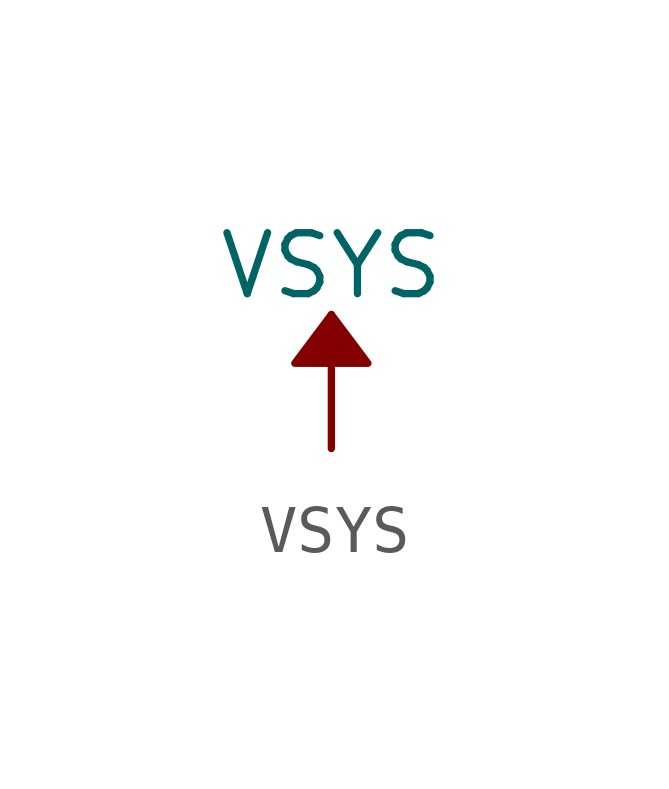
<source format=kicad_sym>
(kicad_symbol_lib
  (version 20231120)
  (generator "kicad_symbol_editor")
  (generator_version "8.0")
  (symbol "VSYS"
    (power)
    (property "Reference" "#PWR"
      (at 0 4.064 0)
      (effects (font (size 1.27 1.27)) (hide yes)))
    (property "Value" "VSYS"
      (at 0 3.81 0)
      (effects (font (size 1.27 1.27))))
    (symbol "VSYS_0_1"
      (polyline (pts (xy 0 2.794) (xy 0 0)) (stroke (width 0) (type default)) (fill (type none))))
    (symbol "VSYS_1_1"
      (polyline (pts (xy 0 2.794) (xy -0.762 1.778) (xy 0.762 1.778) (xy 0 2.794)) (stroke (width 0) (type default)) (fill (type outline)))
      (pin power_in line (at 0 0 0) (length 2.54) hide (name "VSYS" (effects (font (size 1.27 1.27)))) (number "1" (effects (font (size 1.27 1.27))))))))
</source>
